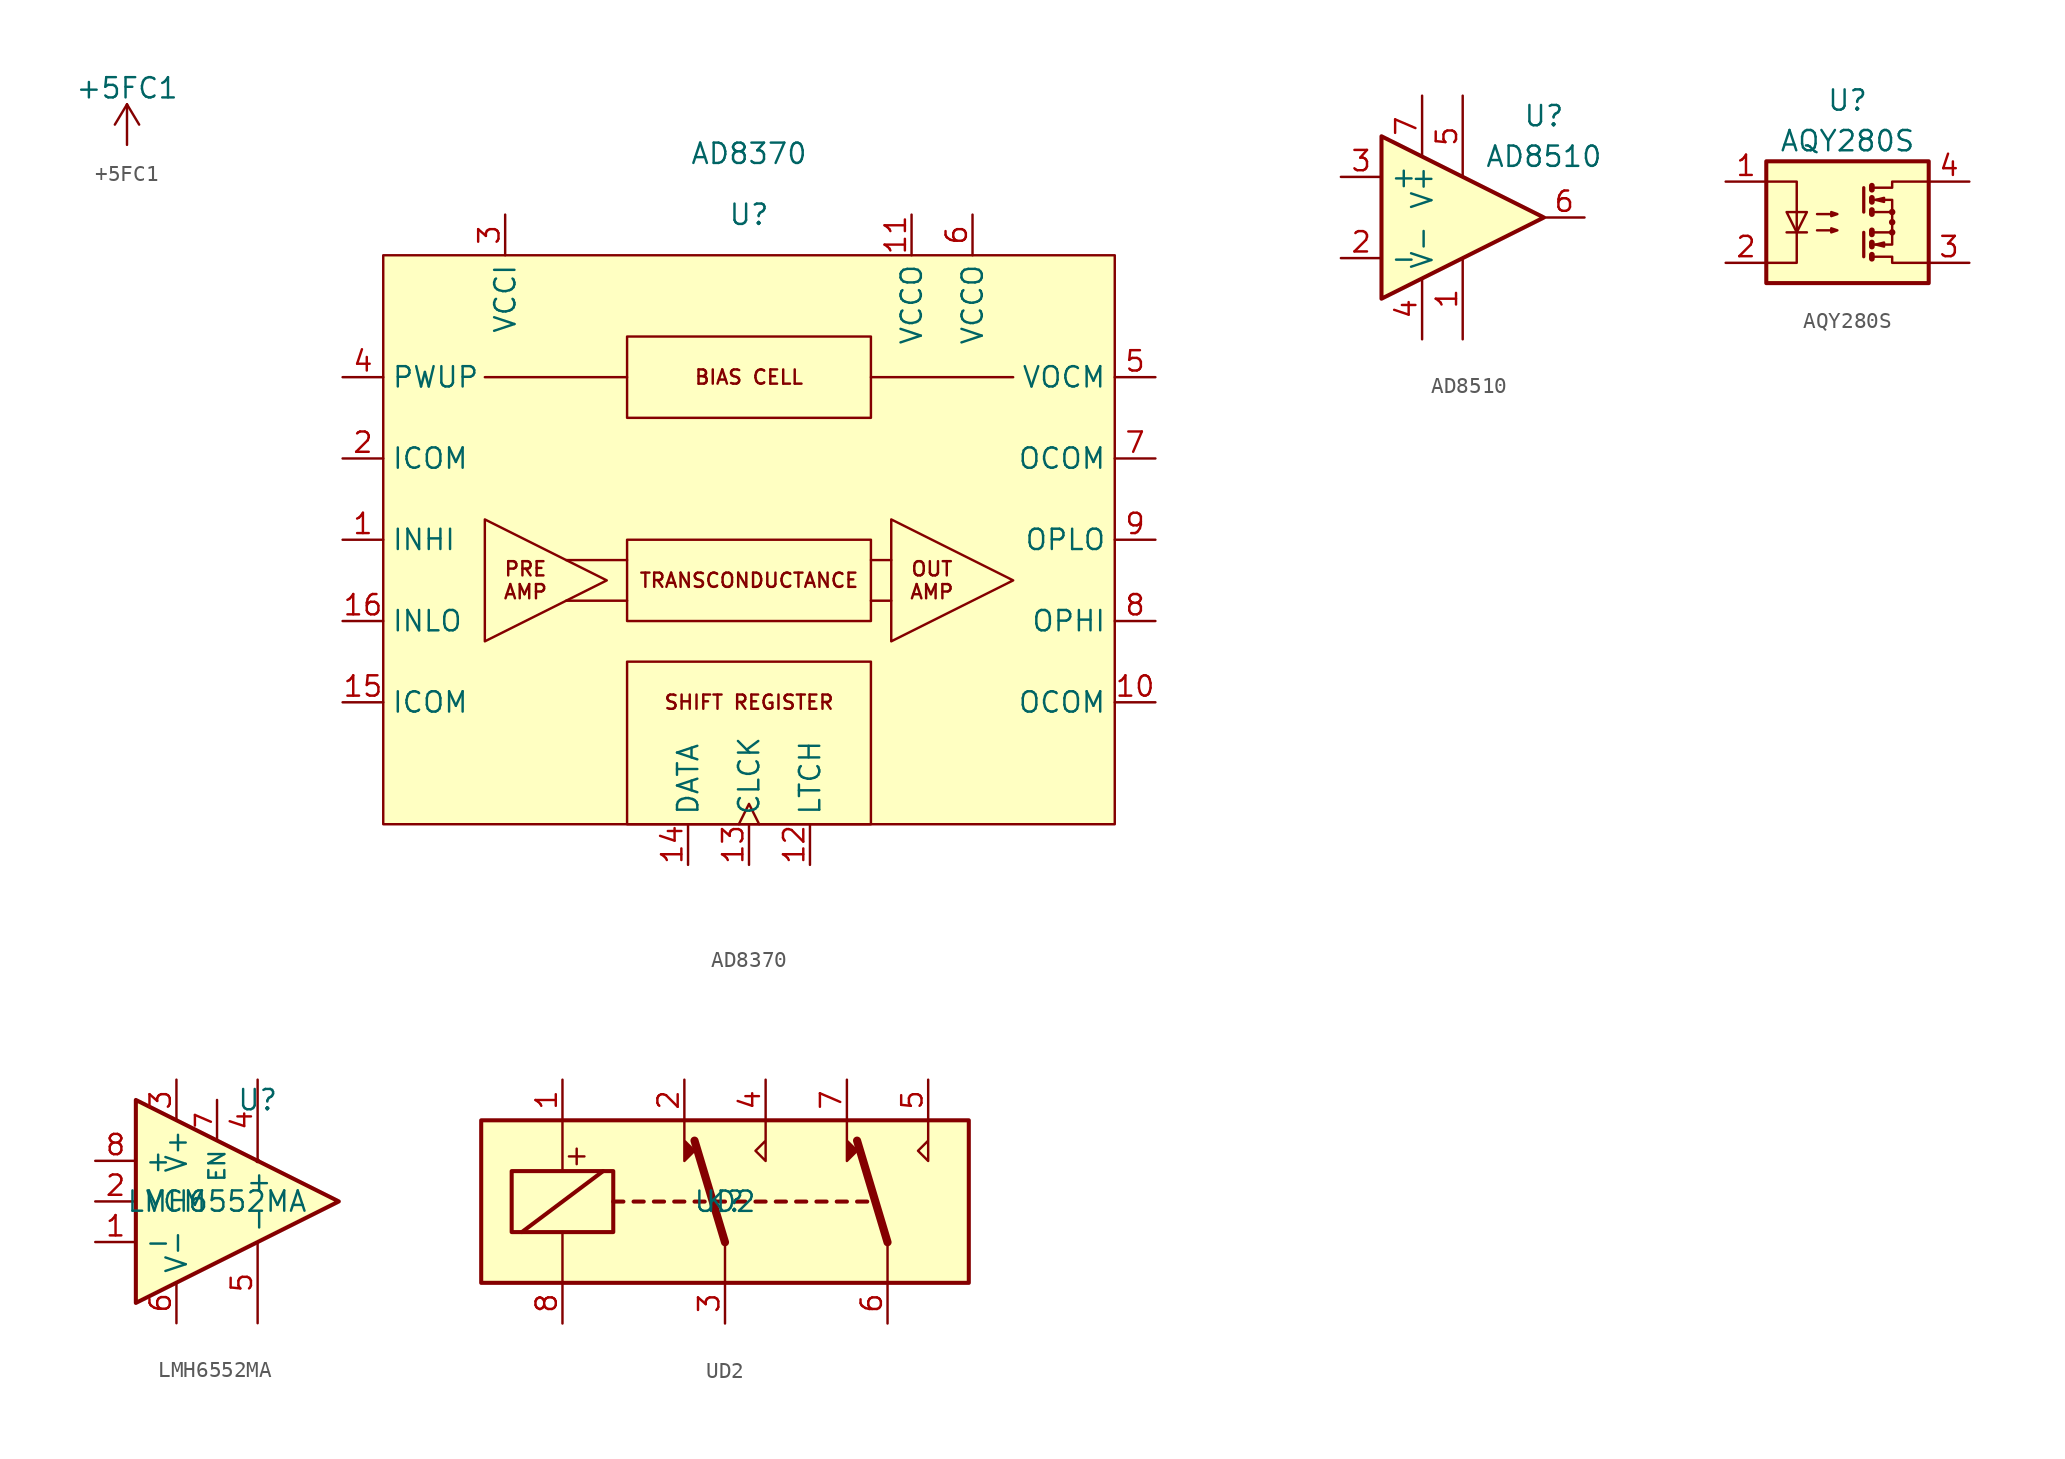
<source format=kicad_sym>
(kicad_symbol_lib
  (version 20220914)
  (generator kicad_symbol_editor)
  (symbol "+5FC1"
    (power)
    (pin_names
      (offset 0))
    (property "Reference" "#PWR"
      (at 0 -3.81 0)
      (effects (font (size 1.27 1.27)) hide))
    (property "Value" "+5FC1"
      (at 0 3.556 0)
      (effects (font (size 1.27 1.27))))
    (symbol "+5FC1_0_1"
      (polyline (pts (xy -0.762 1.27) (xy 0 2.54)) (stroke (width 0) (type default)) (fill (type none)))
      (polyline (pts (xy 0 0) (xy 0 2.54)) (stroke (width 0) (type default)) (fill (type none)))
      (polyline (pts (xy 0 2.54) (xy 0.762 1.27)) (stroke (width 0) (type default)) (fill (type none))))
    (symbol "+5FC1_1_1"
      (pin power_in line (at 0 0 90) (length 0) hide (name "" (effects (font (size 1.27 1.27)))) (number "1" (effects (font (size 1.27 1.27)))))))
  (symbol "AD8370"
    (property "Reference" "U"
      (at 0 20.32 0)
      (effects (font (size 1.27 1.27))))
    (property "Value" "AD8370"
      (at 0 24.13 0)
      (effects (font (size 1.27 1.27))))
    (symbol "AD8370_0_0"
      (pin input line (at -25.4 0 0) (length 2.54) (name "INHI" (effects (font (size 1.27 1.27)))) (number "1" (effects (font (size 1.27 1.27)))))
      (pin output line (at 25.4 -10.16 180) (length 2.54) (name "OCOM" (effects (font (size 1.27 1.27)))) (number "10" (effects (font (size 1.27 1.27)))))
      (pin output line (at 10.16 20.32 270) (length 2.54) (name "VCCO" (effects (font (size 1.27 1.27)))) (number "11" (effects (font (size 1.27 1.27)))))
      (pin input line (at 3.81 -20.32 90) (length 2.54) (name "LTCH" (effects (font (size 1.27 1.27)))) (number "12" (effects (font (size 1.27 1.27)))))
      (pin input clock (at 0 -20.32 90) (length 2.54) (name "CLCK" (effects (font (size 1.27 1.27)))) (number "13" (effects (font (size 1.27 1.27)))))
      (pin input line (at -3.81 -20.32 90) (length 2.54) (name "DATA" (effects (font (size 1.27 1.27)))) (number "14" (effects (font (size 1.27 1.27)))))
      (pin passive line (at -25.4 -10.16 0) (length 2.54) (name "ICOM" (effects (font (size 1.27 1.27)))) (number "15" (effects (font (size 1.27 1.27)))))
      (pin input line (at -25.4 -5.08 0) (length 2.54) (name "INLO" (effects (font (size 1.27 1.27)))) (number "16" (effects (font (size 1.27 1.27)))))
      (pin passive line (at -25.4 5.08 0) (length 2.54) (name "ICOM" (effects (font (size 1.27 1.27)))) (number "2" (effects (font (size 1.27 1.27)))))
      (pin power_in line (at -15.24 20.32 270) (length 2.54) (name "VCCI" (effects (font (size 1.27 1.27)))) (number "3" (effects (font (size 1.27 1.27)))))
      (pin input line (at -25.4 10.16 0) (length 2.54) (name "PWUP" (effects (font (size 1.27 1.27)))) (number "4" (effects (font (size 1.27 1.27)))))
      (pin output line (at 25.4 10.16 180) (length 2.54) (name "VOCM" (effects (font (size 1.27 1.27)))) (number "5" (effects (font (size 1.27 1.27)))))
      (pin power_in line (at 13.97 20.32 270) (length 2.54) (name "VCCO" (effects (font (size 1.27 1.27)))) (number "6" (effects (font (size 1.27 1.27)))))
      (pin output line (at 25.4 5.08 180) (length 2.54) (name "OCOM" (effects (font (size 1.27 1.27)))) (number "7" (effects (font (size 1.27 1.27)))))
      (pin output line (at 25.4 -5.08 180) (length 2.54) (name "OPHI" (effects (font (size 1.27 1.27)))) (number "8" (effects (font (size 1.27 1.27)))))
      (pin output line (at 25.4 0 180) (length 2.54) (name "OPLO" (effects (font (size 1.27 1.27)))) (number "9" (effects (font (size 1.27 1.27))))))
    (symbol "AD8370_0_1"
      (polyline (pts (xy -16.51 1.27) (xy -16.51 -6.35) (xy -8.89 -2.54) (xy -16.51 1.27)) (stroke (width 0) (type default)) (fill (type none)))
      (polyline (pts (xy 8.89 1.27) (xy 8.89 -6.35) (xy 16.51 -2.54) (xy 8.89 1.27)) (stroke (width 0) (type default)) (fill (type none))))
    (symbol "AD8370_1_1"
      (rectangle (start -22.86 17.78) (end 22.86 -17.78) (stroke (width 0) (type default)) (fill (type background)))
      (rectangle (start -7.62 -7.62) (end 7.62 -17.78) (stroke (width 0) (type default)) (fill (type none)))
      (rectangle (start -7.62 0) (end 7.62 -5.08) (stroke (width 0) (type default)) (fill (type none)))
      (rectangle (start -7.62 12.7) (end 7.62 7.62) (stroke (width 0) (type default)) (fill (type none)))
      (polyline (pts (xy -16.51 10.16) (xy -7.62 10.16)) (stroke (width 0) (type default)) (fill (type none)))
      (polyline (pts (xy -11.43 -3.81) (xy -7.62 -3.81)) (stroke (width 0) (type default)) (fill (type none)))
      (polyline (pts (xy -11.43 -1.27) (xy -7.62 -1.27)) (stroke (width 0) (type default)) (fill (type none)))
      (polyline (pts (xy 7.62 -3.81) (xy 8.89 -3.81)) (stroke (width 0) (type default)) (fill (type none)))
      (polyline (pts (xy 7.62 -1.27) (xy 8.89 -1.27)) (stroke (width 0) (type default)) (fill (type none)))
      (polyline (pts (xy 7.62 10.16) (xy 16.51 10.16)) (stroke (width 0) (type default)) (fill (type none)))
      (text "BIAS CELL" (at 0 10.16 0) (effects (font (size 0.889 0.889))))
      (text "OUT\nAMP" (at 11.43 -2.54 0) (effects (font (size 0.889 0.889))))
      (text "PRE\nAMP" (at -13.97 -2.54 0) (effects (font (size 0.889 0.889))))
      (text "SHIFT REGISTER" (at 0 -10.16 0) (effects (font (size 0.889 0.889))))
      (text "TRANSCONDUCTANCE" (at 0 -2.54 0) (effects (font (size 0.889 0.889))))))
  (symbol "AD8510"
    (property "Reference" "U"
      (at 6.35 6.35 0)
      (effects (font (size 1.27 1.27))))
    (property "Value" "AD8510"
      (at 6.35 3.81 0)
      (effects (font (size 1.27 1.27))))
    (symbol "AD8510_0_1"
      (polyline (pts (xy -3.81 5.08) (xy -3.81 0) (xy -3.81 -5.08) (xy 6.35 0) (xy -3.81 5.08)) (stroke (width 0.254) (type default)) (fill (type background))))
    (symbol "AD8510_1_1"
      (pin input line (at 1.27 -7.62 90) (length 5.08) (name "" (effects (font (size 0.762 0.762)))) (number "1" (effects (font (size 1.27 1.27)))))
      (pin input line (at -6.35 -2.54 0) (length 2.54) (name "-" (effects (font (size 1.27 1.27)))) (number "2" (effects (font (size 1.27 1.27)))))
      (pin input line (at -6.35 2.54 0) (length 2.54) (name "+" (effects (font (size 1.27 1.27)))) (number "3" (effects (font (size 1.27 1.27)))))
      (pin power_in line (at -1.27 -7.62 90) (length 3.81) (name "V-" (effects (font (size 1.27 1.27)))) (number "4" (effects (font (size 1.27 1.27)))))
      (pin output line (at 1.27 7.62 270) (length 5.08) (name "" (effects (font (size 0.762 0.762)))) (number "5" (effects (font (size 1.27 1.27)))))
      (pin output line (at 8.89 0 180) (length 2.54) (name "~" (effects (font (size 1.27 1.27)))) (number "6" (effects (font (size 1.27 1.27)))))
      (pin power_in line (at -1.27 7.62 270) (length 3.81) (name "V+" (effects (font (size 1.27 1.27)))) (number "7" (effects (font (size 1.27 1.27)))))))
  (symbol "AQY280S"
    (property "Reference" "U"
      (at 0 7.62 0)
      (effects (font (size 1.27 1.27))))
    (property "Value" "AQY280S"
      (at 0 5.08 0)
      (effects (font (size 1.27 1.27))))
    (symbol "AQY280S_0_1"
      (rectangle (start -5.08 3.81) (end 5.08 -3.81) (stroke (width 0.254) (type default)) (fill (type background)))
      (polyline (pts (xy -3.81 -0.635) (xy -2.54 -0.635)) (stroke (width 0) (type default)) (fill (type none)))
      (polyline (pts (xy 1.016 -0.635) (xy 1.016 -2.159)) (stroke (width 0.203) (type default)) (fill (type none)))
      (polyline (pts (xy 1.016 2.159) (xy 1.016 0.635)) (stroke (width 0.203) (type default)) (fill (type none)))
      (polyline (pts (xy 1.524 -0.508) (xy 1.524 -0.762)) (stroke (width 0.356) (type default)) (fill (type none)))
      (polyline (pts (xy 1.524 -2.032) (xy 1.524 -2.286) (xy 1.524 -2.286)) (stroke (width 0.356) (type default)) (fill (type none)))
      (polyline (pts (xy 1.524 -1.27) (xy 1.524 -1.524) (xy 1.524 -1.524)) (stroke (width 0.356) (type default)) (fill (type none)))
      (polyline (pts (xy 1.524 0.762) (xy 1.524 0.508) (xy 1.524 0.508)) (stroke (width 0.356) (type default)) (fill (type none)))
      (polyline (pts (xy 1.524 1.524) (xy 1.524 1.27) (xy 1.524 1.27)) (stroke (width 0.356) (type default)) (fill (type none)))
      (polyline (pts (xy 1.524 2.286) (xy 1.524 2.032) (xy 1.524 2.032)) (stroke (width 0.356) (type default)) (fill (type none)))
      (polyline (pts (xy 1.651 -1.397) (xy 2.794 -1.397) (xy 2.794 -0.635)) (stroke (width 0) (type default)) (fill (type none)))
      (polyline (pts (xy 1.651 1.397) (xy 2.794 1.397) (xy 2.794 0.635)) (stroke (width 0) (type default)) (fill (type none)))
      (polyline (pts (xy -5.08 2.54) (xy -3.175 2.54) (xy -3.175 -2.54) (xy -5.08 -2.54)) (stroke (width 0) (type default)) (fill (type none)))
      (polyline (pts (xy -3.175 -0.635) (xy -3.81 0.635) (xy -2.54 0.635) (xy -3.175 -0.635)) (stroke (width 0) (type default)) (fill (type none)))
      (polyline (pts (xy 1.651 -2.159) (xy 2.794 -2.159) (xy 2.794 -2.54) (xy 5.08 -2.54)) (stroke (width 0) (type default)) (fill (type none)))
      (polyline (pts (xy 1.651 -0.635) (xy 2.794 -0.635) (xy 2.794 0.635) (xy 1.651 0.635)) (stroke (width 0) (type default)) (fill (type none)))
      (polyline (pts (xy 1.651 2.159) (xy 2.794 2.159) (xy 2.794 2.54) (xy 5.08 2.54)) (stroke (width 0) (type default)) (fill (type none)))
      (polyline (pts (xy 1.778 -1.397) (xy 2.286 -1.27) (xy 2.286 -1.524) (xy 1.778 -1.397)) (stroke (width 0) (type default)) (fill (type none)))
      (polyline (pts (xy 1.778 1.397) (xy 2.286 1.524) (xy 2.286 1.27) (xy 1.778 1.397)) (stroke (width 0) (type default)) (fill (type none)))
      (polyline (pts (xy -1.905 -0.508) (xy -0.635 -0.508) (xy -1.016 -0.635) (xy -1.016 -0.381) (xy -0.635 -0.508)) (stroke (width 0) (type default)) (fill (type none)))
      (polyline (pts (xy -1.905 0.508) (xy -0.635 0.508) (xy -1.016 0.381) (xy -1.016 0.635) (xy -0.635 0.508)) (stroke (width 0) (type default)) (fill (type none)))
      (circle (center 2.794 -0.635) (radius 0.127) (stroke (width 0) (type default)) (fill (type none)))
      (circle (center 2.794 0) (radius 0.127) (stroke (width 0) (type default)) (fill (type none)))
      (circle (center 2.794 0.635) (radius 0.127) (stroke (width 0) (type default)) (fill (type none))))
    (symbol "AQY280S_1_1"
      (pin passive line (at -7.62 2.54 0) (length 2.54) (name "~" (effects (font (size 1.27 1.27)))) (number "1" (effects (font (size 1.27 1.27)))))
      (pin passive line (at -7.62 -2.54 0) (length 2.54) (name "~" (effects (font (size 1.27 1.27)))) (number "2" (effects (font (size 1.27 1.27)))))
      (pin passive line (at 7.62 -2.54 180) (length 2.54) (name "~" (effects (font (size 1.27 1.27)))) (number "3" (effects (font (size 1.27 1.27)))))
      (pin passive line (at 7.62 2.54 180) (length 2.54) (name "~" (effects (font (size 1.27 1.27)))) (number "4" (effects (font (size 1.27 1.27)))))))
  (symbol "LMH6552MA"
    (property "Reference" "U"
      (at 2.54 6.35 0)
      (effects (font (size 1.27 1.27))))
    (property "Value" "LMH6552MA"
      (at 0 0 0)
      (effects (font (size 1.27 1.27))))
    (symbol "LMH6552MA_0_1"
      (polyline (pts (xy 7.62 0) (xy -5.08 6.35) (xy -5.08 -6.35) (xy 7.62 0)) (stroke (width 0.254) (type default)) (fill (type background)))
      (circle (center 2.54 2.54) (radius 0.0001) (stroke (width 0) (type default)) (fill (type none))))
    (symbol "LMH6552MA_1_1"
      (pin input line (at -7.62 -2.54 0) (length 2.54) (name "-" (effects (font (size 1.27 1.27)))) (number "1" (effects (font (size 1.27 1.27)))))
      (pin input line (at -7.62 0 0) (length 2.54) (name "VCM" (effects (font (size 1.27 1.27)))) (number "2" (effects (font (size 1.27 1.27)))))
      (pin power_in line (at -2.54 7.62 270) (length 2.54) (name "V+" (effects (font (size 1.27 1.27)))) (number "3" (effects (font (size 1.27 1.27)))))
      (pin output line (at 2.54 7.62 270) (length 5.08) (name "+" (effects (font (size 1.27 1.27)))) (number "4" (effects (font (size 1.27 1.27)))))
      (pin output line (at 2.54 -7.62 90) (length 5.08) (name "-" (effects (font (size 1.27 1.27)))) (number "5" (effects (font (size 1.27 1.27)))))
      (pin power_in line (at -2.54 -7.62 90) (length 2.54) (name "V-" (effects (font (size 1.27 1.27)))) (number "6" (effects (font (size 1.27 1.27)))))
      (pin input line (at 0 6.35 270) (length 2.54) (name "EN" (effects (font (size 1 1)))) (number "7" (effects (font (size 1 1)))))
      (pin input line (at -7.62 2.54 0) (length 2.54) (name "+" (effects (font (size 1.27 1.27)))) (number "8" (effects (font (size 1.27 1.27)))))))
  (symbol "UD2"
    (property "Reference" "K"
      (at 0 0 0)
      (effects (font (size 1.27 1.27))))
    (property "Value" "UD2"
      (at 0 0 0)
      (effects (font (size 1.27 1.27))))
    (symbol "UD2_0_0"
      (text "+" (at -9.271 2.921 0) (effects (font (size 1.27 1.27)))))
    (symbol "UD2_0_1"
      (rectangle (start -15.24 5.08) (end 15.24 -5.08) (stroke (width 0.254) (type default)) (fill (type background)))
      (rectangle (start -13.335 1.905) (end -6.985 -1.905) (stroke (width 0.254) (type default)) (fill (type none)))
      (polyline (pts (xy -12.7 -1.905) (xy -7.62 1.905)) (stroke (width 0.254) (type default)) (fill (type none)))
      (polyline (pts (xy -10.16 -5.08) (xy -10.16 -1.905)) (stroke (width 0) (type default)) (fill (type none)))
      (polyline (pts (xy -10.16 5.08) (xy -10.16 1.905)) (stroke (width 0) (type default)) (fill (type none)))
      (polyline (pts (xy -6.985 0) (xy -6.35 0)) (stroke (width 0.254) (type default)) (fill (type none)))
      (polyline (pts (xy -5.715 0) (xy -5.08 0)) (stroke (width 0.254) (type default)) (fill (type none)))
      (polyline (pts (xy -4.445 0) (xy -3.81 0)) (stroke (width 0.254) (type default)) (fill (type none)))
      (polyline (pts (xy -3.175 0) (xy -2.54 0)) (stroke (width 0.254) (type default)) (fill (type none)))
      (polyline (pts (xy -1.905 0) (xy -1.27 0)) (stroke (width 0.254) (type default)) (fill (type none)))
      (polyline (pts (xy -0.635 0) (xy 0 0)) (stroke (width 0.254) (type default)) (fill (type none)))
      (polyline (pts (xy 0 -2.54) (xy -1.905 3.81)) (stroke (width 0.508) (type default)) (fill (type none)))
      (polyline (pts (xy 0 -2.54) (xy 0 -5.08)) (stroke (width 0) (type default)) (fill (type none)))
      (polyline (pts (xy 0.635 0) (xy 1.27 0)) (stroke (width 0.254) (type default)) (fill (type none)))
      (polyline (pts (xy 1.905 0) (xy 2.54 0)) (stroke (width 0.254) (type default)) (fill (type none)))
      (polyline (pts (xy 3.175 0) (xy 3.81 0)) (stroke (width 0.254) (type default)) (fill (type none)))
      (polyline (pts (xy 4.445 0) (xy 5.08 0)) (stroke (width 0.254) (type default)) (fill (type none)))
      (polyline (pts (xy 5.715 0) (xy 6.35 0)) (stroke (width 0.254) (type default)) (fill (type none)))
      (polyline (pts (xy 6.985 0) (xy 7.62 0)) (stroke (width 0.254) (type default)) (fill (type none)))
      (polyline (pts (xy 8.255 0) (xy 8.89 0)) (stroke (width 0.254) (type default)) (fill (type none)))
      (polyline (pts (xy 10.16 -2.54) (xy 8.255 3.81)) (stroke (width 0.508) (type default)) (fill (type none)))
      (polyline (pts (xy 10.16 -2.54) (xy 10.16 -5.08)) (stroke (width 0) (type default)) (fill (type none)))
      (polyline (pts (xy -2.54 5.08) (xy -2.54 2.54) (xy -1.905 3.175) (xy -2.54 3.81)) (stroke (width 0) (type default)) (fill (type outline)))
      (polyline (pts (xy 2.54 5.08) (xy 2.54 2.54) (xy 1.905 3.175) (xy 2.54 3.81)) (stroke (width 0) (type default)) (fill (type none)))
      (polyline (pts (xy 7.62 5.08) (xy 7.62 2.54) (xy 8.255 3.175) (xy 7.62 3.81)) (stroke (width 0) (type default)) (fill (type outline)))
      (polyline (pts (xy 12.7 5.08) (xy 12.7 2.54) (xy 12.065 3.175) (xy 12.7 3.81)) (stroke (width 0) (type default)) (fill (type none))))
    (symbol "UD2_1_1"
      (pin passive line (at -10.16 7.62 270) (length 2.54) (name "~" (effects (font (size 1.27 1.27)))) (number "1" (effects (font (size 1.27 1.27)))))
      (pin passive line (at -2.54 7.62 270) (length 2.54) (name "~" (effects (font (size 1.27 1.27)))) (number "2" (effects (font (size 1.27 1.27)))))
      (pin passive line (at 0 -7.62 90) (length 2.54) (name "~" (effects (font (size 1.27 1.27)))) (number "3" (effects (font (size 1.27 1.27)))))
      (pin passive line (at 2.54 7.62 270) (length 2.54) (name "~" (effects (font (size 1.27 1.27)))) (number "4" (effects (font (size 1.27 1.27)))))
      (pin passive line (at 12.7 7.62 270) (length 2.54) (name "~" (effects (font (size 1.27 1.27)))) (number "5" (effects (font (size 1.27 1.27)))))
      (pin passive line (at 10.16 -7.62 90) (length 2.54) (name "~" (effects (font (size 1.27 1.27)))) (number "6" (effects (font (size 1.27 1.27)))))
      (pin passive line (at 7.62 7.62 270) (length 2.54) (name "~" (effects (font (size 1.27 1.27)))) (number "7" (effects (font (size 1.27 1.27)))))
      (pin passive line (at -10.16 -7.62 90) (length 2.54) (name "~" (effects (font (size 1.27 1.27)))) (number "8" (effects (font (size 1.27 1.27))))))))
</source>
